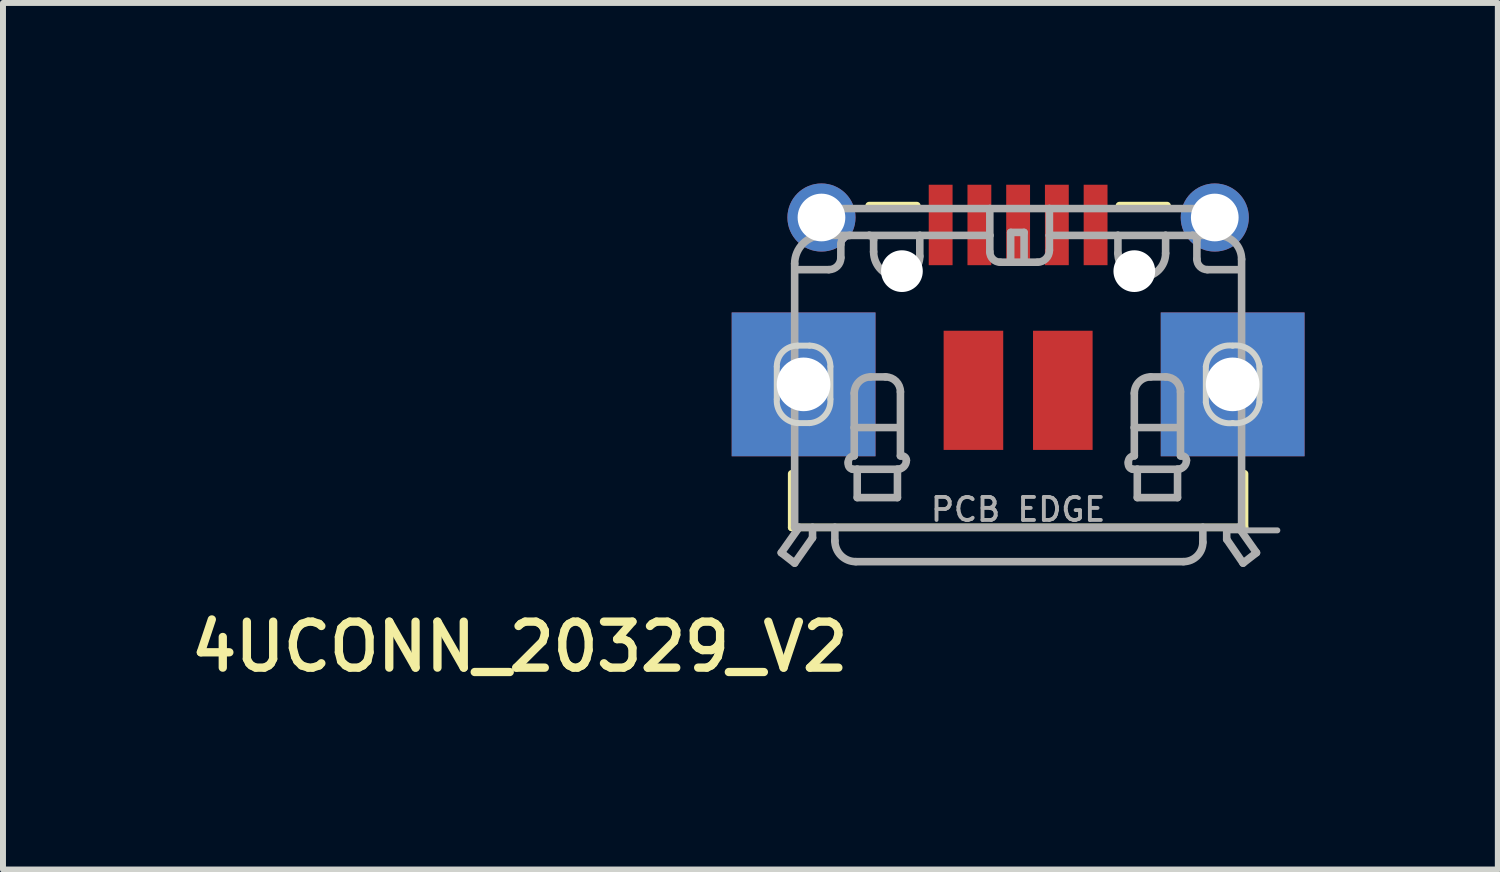
<source format=kicad_pcb>
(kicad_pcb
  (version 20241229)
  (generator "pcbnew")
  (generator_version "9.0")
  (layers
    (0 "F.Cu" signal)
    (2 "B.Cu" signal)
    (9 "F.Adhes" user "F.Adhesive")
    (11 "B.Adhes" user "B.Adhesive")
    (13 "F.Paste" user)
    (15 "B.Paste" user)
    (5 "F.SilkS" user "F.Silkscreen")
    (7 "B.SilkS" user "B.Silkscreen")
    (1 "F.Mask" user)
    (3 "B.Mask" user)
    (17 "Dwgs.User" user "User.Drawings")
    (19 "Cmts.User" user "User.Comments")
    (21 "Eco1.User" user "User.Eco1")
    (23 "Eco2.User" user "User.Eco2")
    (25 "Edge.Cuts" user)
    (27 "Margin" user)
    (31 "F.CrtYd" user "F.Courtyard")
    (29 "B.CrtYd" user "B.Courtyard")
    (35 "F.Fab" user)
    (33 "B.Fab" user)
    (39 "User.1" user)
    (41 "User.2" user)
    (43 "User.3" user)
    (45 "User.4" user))
  (footprint "4UCONN_20329_V2"
    (layer "F.Cu")
    (at 14.035 1.5)
    (property "Reference" "4UCONN_20329_V2" (at -2.778 5.852 180) (layer "F.SilkS") (effects (font (size 0.772 0.772) (thickness 0.139)) (justify right top)))
    (attr through_hole)
    (fp_poly (pts (xy -1.55 -0.05) (xy -1.05 -0.05) (xy -1.05 -1.5) (xy -1.55 -1.5)) (stroke (width 0) (type solid)) (fill yes) (layer "F.Mask"))
    (fp_poly (pts (xy -0.9 -0.05) (xy -0.4 -0.05) (xy -0.4 -1.5) (xy -0.9 -1.5)) (stroke (width 0) (type solid)) (fill yes) (layer "F.Mask"))
    (fp_poly (pts (xy -0.25 -0.05) (xy 0.25 -0.05) (xy 0.25 -1.5) (xy -0.25 -1.5)) (stroke (width 0) (type solid)) (fill yes) (layer "F.Mask"))
    (fp_poly (pts (xy 0.4 -0.05) (xy 0.9 -0.05) (xy 0.9 -1.5) (xy 0.4 -1.5)) (stroke (width 0) (type solid)) (fill yes) (layer "F.Mask"))
    (fp_poly (pts (xy 1.05 -0.05) (xy 1.55 -0.05) (xy 1.55 -1.5) (xy 1.05 -1.5)) (stroke (width 0) (type solid)) (fill yes) (layer "F.Mask"))
    (fp_line (start -3.8 3.4) (end -3.8 4.3) (stroke (width 0.127) (type solid)) (layer "F.SilkS"))
    (fp_line (start -3.8 4.3) (end 3.8 4.3) (stroke (width 0.127) (type solid)) (layer "F.SilkS"))
    (fp_line (start -2.5 -1.1) (end -1.7 -1.1) (stroke (width 0.127) (type solid)) (layer "F.SilkS"))
    (fp_line (start 1.7 -1.1) (end 2.5 -1.1) (stroke (width 0.127) (type solid)) (layer "F.SilkS"))
    (fp_line (start 3.8 4.3) (end 3.8 3.4) (stroke (width 0.127) (type solid)) (layer "F.SilkS"))
    (fp_poly (pts (xy -4.85 3.15) (xy -2.35 3.15) (xy -2.35 0.65) (xy -4.85 0.65)) (stroke (width 0) (type solid)) (fill yes) (layer "F.Paste"))
    (fp_poly (pts (xy -1.45 -0.15) (xy -1.15 -0.15) (xy -1.15 -1.4) (xy -1.45 -1.4)) (stroke (width 0) (type solid)) (fill yes) (layer "F.Paste"))
    (fp_poly (pts (xy -0.8 -0.15) (xy -0.5 -0.15) (xy -0.5 -1.4) (xy -0.8 -1.4)) (stroke (width 0) (type solid)) (fill yes) (layer "F.Paste"))
    (fp_poly (pts (xy -0.15 -0.15) (xy 0.15 -0.15) (xy 0.15 -1.4) (xy -0.15 -1.4)) (stroke (width 0) (type solid)) (fill yes) (layer "F.Paste"))
    (fp_poly (pts (xy 0.5 -0.15) (xy 0.8 -0.15) (xy 0.8 -1.4) (xy 0.5 -1.4)) (stroke (width 0) (type solid)) (fill yes) (layer "F.Paste"))
    (fp_poly (pts (xy 1.15 -0.15) (xy 1.45 -0.15) (xy 1.45 -1.4) (xy 1.15 -1.4)) (stroke (width 0) (type solid)) (fill yes) (layer "F.Paste"))
    (fp_poly (pts (xy 2.35 3.15) (xy 4.85 3.15) (xy 4.85 0.65) (xy 2.35 0.65)) (stroke (width 0) (type solid)) (fill yes) (layer "F.Paste"))
    (fp_poly (pts (xy -5.05 -0.9) (xy -5.014 -0.724) (xy -4.925 -0.567) (xy -4.793 -0.445) (xy -4.45 -0.35) (xy -3.35 -0.35) (xy -3.171 -0.37) (xy -3.007 -0.445) (xy -2.875 -0.567) (xy -2.786 -0.724) (xy -2.75 -0.9) (xy -2.786 -1.076) (xy -2.875 -1.233) (xy -3.007 -1.355) (xy -3.35 -1.45) (xy -4.45 -1.45) (xy -4.629 -1.43) (xy -4.793 -1.355) (xy -4.925 -1.233)) (stroke (width 0) (type solid)) (fill yes) (layer "F.Paste"))
    (fp_poly (pts (xy 2.75 -0.9) (xy 2.786 -0.724) (xy 2.875 -0.567) (xy 3.007 -0.445) (xy 3.35 -0.35) (xy 4.45 -0.35) (xy 4.629 -0.37) (xy 4.793 -0.445) (xy 4.925 -0.567) (xy 5.014 -0.724) (xy 5.05 -0.9) (xy 5.014 -1.076) (xy 4.925 -1.233) (xy 4.793 -1.355) (xy 4.45 -1.45) (xy 3.35 -1.45) (xy 3.171 -1.43) (xy 3.007 -1.355) (xy 2.875 -1.233)) (stroke (width 0) (type solid)) (fill yes) (layer "F.Paste"))
    (fp_line (start -4.05 2.15) (end -4.05 1.6) (stroke (width 0.1) (type solid)) (layer "Edge.Cuts"))
    (fp_line (start -3.7 1.25) (end -3.5 1.25) (stroke (width 0.1) (type solid)) (layer "Edge.Cuts"))
    (fp_line (start -3.5 2.55) (end -3.7 2.55) (stroke (width 0.1) (type solid)) (layer "Edge.Cuts"))
    (fp_line (start -3.15 1.6) (end -3.15 2.15) (stroke (width 0.1) (type solid)) (layer "Edge.Cuts"))
    (fp_line (start 3.15 2.2) (end 3.15 1.6) (stroke (width 0.1) (type solid)) (layer "Edge.Cuts"))
    (fp_line (start 4.05 1.6) (end 4.05 2.2) (stroke (width 0.1) (type solid)) (layer "Edge.Cuts"))
    (fp_arc (start -4.05 1.6) (mid -3.947487 1.352513) (end -3.7 1.25) (stroke (width 0.1) (type solid)) (layer "Edge.Cuts"))
    (fp_arc (start -3.7 2.55) (mid -3.957843 2.422487) (end -4.05 2.15) (stroke (width 0.1) (type solid)) (layer "Edge.Cuts"))
    (fp_arc (start -3.5 1.25) (mid -3.252513 1.352513) (end -3.15 1.6) (stroke (width 0.1) (type solid)) (layer "Edge.Cuts"))
    (fp_arc (start -3.15 2.15) (mid -3.242157 2.422487) (end -3.5 2.55) (stroke (width 0.1) (type solid)) (layer "Edge.Cuts"))
    (fp_arc (start 3.15 1.6) (mid 3.302513 1.331802) (end 3.6 1.25) (stroke (width 0.1) (type solid)) (layer "Edge.Cuts"))
    (fp_arc (start 3.6 1.25) (mid 3.897487 1.331802) (end 4.05 1.6) (stroke (width 0.1) (type solid)) (layer "Edge.Cuts"))
    (fp_arc (start 3.6 2.55) (mid 3.302513 2.468198) (end 3.15 2.2) (stroke (width 0.1) (type solid)) (layer "Edge.Cuts"))
    (fp_arc (start 4.05 2.2) (mid 3.897487 2.468198) (end 3.6 2.55) (stroke (width 0.1) (type solid)) (layer "Edge.Cuts"))
    (fp_line (start -3.975 4.725) (end -3.75 4.9) (stroke (width 0.127) (type solid)) (layer "F.Fab"))
    (fp_line (start -3.975 4.725) (end -3.675 4.3) (stroke (width 0.127) (type solid)) (layer "F.Fab"))
    (fp_line (start -3.75 -0.125) (end -3.75 4.3) (stroke (width 0.127) (type solid)) (layer "F.Fab"))
    (fp_line (start -3.75 4.3) (end -3.675 4.3) (stroke (width 0.127) (type solid)) (layer "F.Fab"))
    (fp_line (start -3.75 4.9) (end -3.45 4.475) (stroke (width 0.127) (type solid)) (layer "F.Fab"))
    (fp_line (start -3.725 -0.025) (end -3.175 -0.025) (stroke (width 0.127) (type solid)) (layer "F.Fab"))
    (fp_line (start -3.675 4.3) (end -3.45 4.3) (stroke (width 0.127) (type solid)) (layer "F.Fab"))
    (fp_line (start -3.575 -1.05) (end -0.475 -1.05) (stroke (width 0.127) (type solid)) (layer "F.Fab"))
    (fp_line (start -3.575 -0.75) (end -3.575 -1.05) (stroke (width 0.127) (type solid)) (layer "F.Fab"))
    (fp_line (start -3.45 4.3) (end -3.075 4.3) (stroke (width 0.127) (type solid)) (layer "F.Fab"))
    (fp_line (start -3.45 4.475) (end -3.45 4.3) (stroke (width 0.127) (type solid)) (layer "F.Fab"))
    (fp_line (start -3.425 -0.75) (end -3.575 -0.75) (stroke (width 0.127) (type solid)) (layer "F.Fab"))
    (fp_line (start -3.425 -0.625) (end -3.425 -0.75) (stroke (width 0.127) (type solid)) (layer "F.Fab"))
    (fp_line (start -3.075 4.3) (end -3.075 4.525) (stroke (width 0.127) (type solid)) (layer "F.Fab"))
    (fp_line (start -3.075 4.3) (end 3.1 4.3) (stroke (width 0.127) (type solid)) (layer "F.Fab"))
    (fp_line (start -2.975 -0.225) (end -2.975 -0.45) (stroke (width 0.127) (type solid)) (layer "F.Fab"))
    (fp_line (start -2.85 3.225) (end -2.85 3.2) (stroke (width 0.127) (type solid)) (layer "F.Fab"))
    (fp_line (start -2.825 -0.6) (end -3.275 -0.6) (stroke (width 0.127) (type solid)) (layer "F.Fab"))
    (fp_line (start -2.825 -0.6) (end -2.5 -0.6) (stroke (width 0.127) (type solid)) (layer "F.Fab"))
    (fp_line (start -2.75 2.625) (end -2.75 2.05) (stroke (width 0.127) (type solid)) (layer "F.Fab"))
    (fp_line (start -2.75 2.625) (end -2 2.625) (stroke (width 0.127) (type solid)) (layer "F.Fab"))
    (fp_line (start -2.75 3.1) (end -2.75 2.625) (stroke (width 0.127) (type solid)) (layer "F.Fab"))
    (fp_line (start -2.725 4.875) (end 2.775 4.875) (stroke (width 0.127) (type solid)) (layer "F.Fab"))
    (fp_line (start -2.7 3.325) (end -2.775 3.325) (stroke (width 0.127) (type solid)) (layer "F.Fab"))
    (fp_line (start -2.7 3.325) (end -2 3.325) (stroke (width 0.127) (type solid)) (layer "F.Fab"))
    (fp_line (start -2.7 3.8) (end -2.7 3.325) (stroke (width 0.127) (type solid)) (layer "F.Fab"))
    (fp_line (start -2.475 1.775) (end -2.225 1.775) (stroke (width 0.127) (type solid)) (layer "F.Fab"))
    (fp_line (start -2.425 -0.525) (end -2.425 -0.325) (stroke (width 0.127) (type solid)) (layer "F.Fab"))
    (fp_line (start -2.025 3.325) (end -2.025 3.8) (stroke (width 0.127) (type solid)) (layer "F.Fab"))
    (fp_line (start -2.025 3.8) (end -2.7 3.8) (stroke (width 0.127) (type solid)) (layer "F.Fab"))
    (fp_line (start -1.975 2.025) (end -1.975 3.1) (stroke (width 0.127) (type solid)) (layer "F.Fab"))
    (fp_line (start -1.975 3.1) (end -1.95 3.1) (stroke (width 0.127) (type solid)) (layer "F.Fab"))
    (fp_line (start -1.65 -0.6) (end -2.5 -0.6) (stroke (width 0.127) (type solid)) (layer "F.Fab"))
    (fp_line (start -1.65 -0.25) (end -1.65 -0.6) (stroke (width 0.127) (type solid)) (layer "F.Fab"))
    (fp_line (start -0.475 -1.05) (end 0.525 -1.05) (stroke (width 0.127) (type solid)) (layer "F.Fab"))
    (fp_line (start -0.475 -0.6) (end -1.65 -0.6) (stroke (width 0.127) (type solid)) (layer "F.Fab"))
    (fp_line (start -0.475 -0.6) (end -0.475 -1.05) (stroke (width 0.127) (type solid)) (layer "F.Fab"))
    (fp_line (start -0.475 -0.325) (end -0.475 -0.6) (stroke (width 0.127) (type solid)) (layer "F.Fab"))
    (fp_line (start -0.125 -0.65) (end 0.1 -0.65) (stroke (width 0.127) (type solid)) (layer "F.Fab"))
    (fp_line (start -0.125 -0.175) (end -0.125 -0.65) (stroke (width 0.127) (type solid)) (layer "F.Fab"))
    (fp_line (start 0.1 -0.65) (end 0.1 -0.175) (stroke (width 0.127) (type solid)) (layer "F.Fab"))
    (fp_line (start 0.325 -0.15) (end -0.3 -0.15) (stroke (width 0.127) (type solid)) (layer "F.Fab"))
    (fp_line (start 0.525 -1.05) (end 0.525 -0.6) (stroke (width 0.127) (type solid)) (layer "F.Fab"))
    (fp_line (start 0.525 -1.05) (end 3.6 -1.05) (stroke (width 0.127) (type solid)) (layer "F.Fab"))
    (fp_line (start 0.525 -0.6) (end 0.525 -0.35) (stroke (width 0.127) (type solid)) (layer "F.Fab"))
    (fp_line (start 1.675 -0.6) (end 0.525 -0.6) (stroke (width 0.127) (type solid)) (layer "F.Fab"))
    (fp_line (start 1.675 -0.6) (end 1.675 -0.3) (stroke (width 0.127) (type solid)) (layer "F.Fab"))
    (fp_line (start 1.85 3.225) (end 1.85 3.2) (stroke (width 0.127) (type solid)) (layer "F.Fab"))
    (fp_line (start 1.95 2.625) (end 1.95 2.05) (stroke (width 0.127) (type solid)) (layer "F.Fab"))
    (fp_line (start 1.95 2.625) (end 2.7 2.625) (stroke (width 0.127) (type solid)) (layer "F.Fab"))
    (fp_line (start 1.95 3.1) (end 1.95 2.625) (stroke (width 0.127) (type solid)) (layer "F.Fab"))
    (fp_line (start 2 3.325) (end 1.925 3.325) (stroke (width 0.127) (type solid)) (layer "F.Fab"))
    (fp_line (start 2 3.325) (end 2.7 3.325) (stroke (width 0.127) (type solid)) (layer "F.Fab"))
    (fp_line (start 2 3.8) (end 2 3.325) (stroke (width 0.127) (type solid)) (layer "F.Fab"))
    (fp_line (start 2.225 1.775) (end 2.475 1.775) (stroke (width 0.127) (type solid)) (layer "F.Fab"))
    (fp_line (start 2.475 -0.6) (end 1.675 -0.6) (stroke (width 0.127) (type solid)) (layer "F.Fab"))
    (fp_line (start 2.475 -0.6) (end 2.925 -0.6) (stroke (width 0.127) (type solid)) (layer "F.Fab"))
    (fp_line (start 2.475 -0.3) (end 2.475 -0.6) (stroke (width 0.127) (type solid)) (layer "F.Fab"))
    (fp_line (start 2.675 3.325) (end 2.675 3.8) (stroke (width 0.127) (type solid)) (layer "F.Fab"))
    (fp_line (start 2.675 3.8) (end 2 3.8) (stroke (width 0.127) (type solid)) (layer "F.Fab"))
    (fp_line (start 2.725 2.025) (end 2.725 3.1) (stroke (width 0.127) (type solid)) (layer "F.Fab"))
    (fp_line (start 2.725 3.1) (end 2.75 3.1) (stroke (width 0.127) (type solid)) (layer "F.Fab"))
    (fp_line (start 3 -0.525) (end 3 -0.2) (stroke (width 0.127) (type solid)) (layer "F.Fab"))
    (fp_line (start 3.1 4.3) (end 3.7 4.3) (stroke (width 0.127) (type solid)) (layer "F.Fab"))
    (fp_line (start 3.1 4.55) (end 3.1 4.3) (stroke (width 0.127) (type solid)) (layer "F.Fab"))
    (fp_line (start 3.175 -0.025) (end 3.725 -0.025) (stroke (width 0.127) (type solid)) (layer "F.Fab"))
    (fp_line (start 3.35 -0.775) (end 3.35 -0.6) (stroke (width 0.127) (type solid)) (layer "F.Fab"))
    (fp_line (start 3.35 -0.6) (end 2.925 -0.6) (stroke (width 0.127) (type solid)) (layer "F.Fab"))
    (fp_line (start 3.5 4.35) (end 4.35 4.35) (stroke (width 0.1) (type solid)) (layer "F.Fab"))
    (fp_line (start 3.5 4.5) (end 3.5 4.35) (stroke (width 0.127) (type solid)) (layer "F.Fab"))
    (fp_line (start 3.6 -1.05) (end 3.6 -0.775) (stroke (width 0.127) (type solid)) (layer "F.Fab"))
    (fp_line (start 3.6 -0.775) (end 3.35 -0.775) (stroke (width 0.127) (type solid)) (layer "F.Fab"))
    (fp_line (start 3.7 4.3) (end 3.75 4.3) (stroke (width 0.127) (type solid)) (layer "F.Fab"))
    (fp_line (start 3.7 4.3) (end 4 4.725) (stroke (width 0.127) (type solid)) (layer "F.Fab"))
    (fp_line (start 3.75 4.3) (end 3.75 -0.2) (stroke (width 0.127) (type solid)) (layer "F.Fab"))
    (fp_line (start 3.775 4.9) (end 3.5 4.5) (stroke (width 0.127) (type solid)) (layer "F.Fab"))
    (fp_line (start 4 4.725) (end 3.775 4.9) (stroke (width 0.127) (type solid)) (layer "F.Fab"))
    (fp_arc (start -3.750001 -0.124999) (mid -3.610876 -0.460875) (end -3.275 -0.6) (stroke (width 0.127) (type solid)) (layer "F.Fab"))
    (fp_arc (start -2.975 -0.45) (mid -2.931066 -0.556066) (end -2.825 -0.6) (stroke (width 0.127) (type solid)) (layer "F.Fab"))
    (fp_arc (start -2.975 -0.225) (mid -3.033579 -0.083579) (end -3.175 -0.025) (stroke (width 0.127) (type solid)) (layer "F.Fab"))
    (fp_arc (start -2.85 3.2) (mid -2.820711 3.129289) (end -2.75 3.1) (stroke (width 0.127) (type solid)) (layer "F.Fab"))
    (fp_arc (start -2.775 3.325) (mid -2.833211 3.290533) (end -2.85 3.225) (stroke (width 0.127) (type solid)) (layer "F.Fab"))
    (fp_arc (start -2.75 2.05) (mid -2.669454 1.855546) (end -2.475 1.775) (stroke (width 0.127) (type solid)) (layer "F.Fab"))
    (fp_arc (start -2.725 4.875) (mid -2.972487 4.772487) (end -3.075 4.525) (stroke (width 0.127) (type solid)) (layer "F.Fab"))
    (fp_arc (start -2.5 -0.6) (mid -2.446967 -0.578033) (end -2.425 -0.525) (stroke (width 0.127) (type solid)) (layer "F.Fab"))
    (fp_arc (start -2.225 1.775) (mid -2.048223 1.848223) (end -1.975 2.025) (stroke (width 0.127) (type solid)) (layer "F.Fab"))
    (fp_arc (start -2 0.1) (mid -2.30052 -0.02448) (end -2.425 -0.325) (stroke (width 0.127) (type solid)) (layer "F.Fab"))
    (fp_arc (start -1.95 3.1) (mid -1.896967 3.121967) (end -1.875 3.175) (stroke (width 0.127) (type solid)) (layer "F.Fab"))
    (fp_arc (start -1.875 3.175) (mid -1.918934 3.281066) (end -2.025 3.325) (stroke (width 0.127) (type solid)) (layer "F.Fab"))
    (fp_arc (start -1.65 -0.25) (mid -1.752513 -0.002513) (end -2 0.1) (stroke (width 0.127) (type solid)) (layer "F.Fab"))
    (fp_arc (start -0.3 -0.15) (mid -0.423744 -0.201256) (end -0.475 -0.325) (stroke (width 0.127) (type solid)) (layer "F.Fab"))
    (fp_arc (start 0.525 -0.35) (mid 0.466421 -0.208579) (end 0.325 -0.15) (stroke (width 0.127) (type solid)) (layer "F.Fab"))
    (fp_arc (start 1.85 3.2) (mid 1.879289 3.129289) (end 1.95 3.1) (stroke (width 0.127) (type solid)) (layer "F.Fab"))
    (fp_arc (start 1.925 3.325) (mid 1.866789 3.290533) (end 1.85 3.225) (stroke (width 0.127) (type solid)) (layer "F.Fab"))
    (fp_arc (start 1.95 2.05) (mid 2.030546 1.855546) (end 2.225 1.775) (stroke (width 0.127) (type solid)) (layer "F.Fab"))
    (fp_arc (start 2.075 0.1) (mid 1.792157 -0.017157) (end 1.675 -0.3) (stroke (width 0.127) (type solid)) (layer "F.Fab"))
    (fp_arc (start 2.475 -0.3) (mid 2.357843 -0.017157) (end 2.075 0.1) (stroke (width 0.127) (type solid)) (layer "F.Fab"))
    (fp_arc (start 2.475 1.775) (mid 2.651777 1.848223) (end 2.725 2.025) (stroke (width 0.127) (type solid)) (layer "F.Fab"))
    (fp_arc (start 2.75 3.1) (mid 2.803033 3.121967) (end 2.825 3.175) (stroke (width 0.127) (type solid)) (layer "F.Fab"))
    (fp_arc (start 2.825 3.175) (mid 2.781066 3.281066) (end 2.675 3.325) (stroke (width 0.127) (type solid)) (layer "F.Fab"))
    (fp_arc (start 2.925 -0.6) (mid 2.978033 -0.578033) (end 3 -0.525) (stroke (width 0.127) (type solid)) (layer "F.Fab"))
    (fp_arc (start 3.1 4.55) (mid 3.00481 4.77981) (end 2.775 4.875) (stroke (width 0.127) (type solid)) (layer "F.Fab"))
    (fp_arc (start 3.175 -0.025) (mid 3.051256 -0.076256) (end 3 -0.2) (stroke (width 0.127) (type solid)) (layer "F.Fab"))
    (fp_arc (start 3.349999 -0.599999) (mid 3.632842 -0.482842) (end 3.75 -0.2) (stroke (width 0.127) (type solid)) (layer "F.Fab"))
    (fp_text user "PCB EDGE" (at 0 4 0) (layer "F.Fab") (effects (font (size 0.386 0.386) (thickness 0.065))))
    (pad "" np_thru_hole circle (at -1.95 0) (size 0.7 0.7) (drill 0.7) (layers "*.Cu"))
    (pad "" np_thru_hole circle (at 1.95 0) (size 0.7 0.7) (drill 0.7) (layers "*.Cu"))
    (pad "BASE@1" smd rect (at -0.75 2 90) (size 2 1) (layers "F.Cu" "F.Mask" "F.Paste"))
    (pad "BASE@2" smd rect (at 0.75 2 90) (size 2 1) (layers "F.Cu" "F.Mask" "F.Paste"))
    (pad "D+" smd rect (at 0 -0.775) (size 0.4 1.35) (layers "F.Cu" "F.Mask"))
    (pad "D-" smd rect (at -0.65 -0.775) (size 0.4 1.35) (layers "F.Cu" "F.Mask"))
    (pad "GND" smd rect (at 1.3 -0.775) (size 0.4 1.35) (layers "F.Cu" "F.Mask"))
    (pad "ID" smd rect (at 0.65 -0.775) (size 0.4 1.35) (layers "F.Cu" "F.Mask"))
    (pad "SPRT@1" thru_hole circle (at -3.3 -0.9 180) (size 1.143 1.143) (drill 0.8) (layers "*.Cu" "*.Mask"))
    (pad "SPRT@2" thru_hole circle (at 3.3 -0.9) (size 1.143 1.143) (drill 0.8) (layers "*.Cu" "*.Mask"))
    (pad "SPRT@3" thru_hole rect (at -3.6 1.9 90) (size 2.413 2.413) (drill 0.9) (layers "*.Cu" "*.Mask"))
    (pad "SPRT@4" thru_hole rect (at 3.6 1.9 90) (size 2.413 2.413) (drill 0.9) (layers "*.Cu" "*.Mask"))
    (pad "VBUS" smd rect (at -1.3 -0.775) (size 0.4 1.35) (layers "F.Cu" "F.Mask")))
  (gr_rect
    (start -3 -3)
    (end 22.085 11.541)
    (stroke (width 0.1) (type default))
    (fill no)
    (layer "Edge.Cuts")))
</source>
